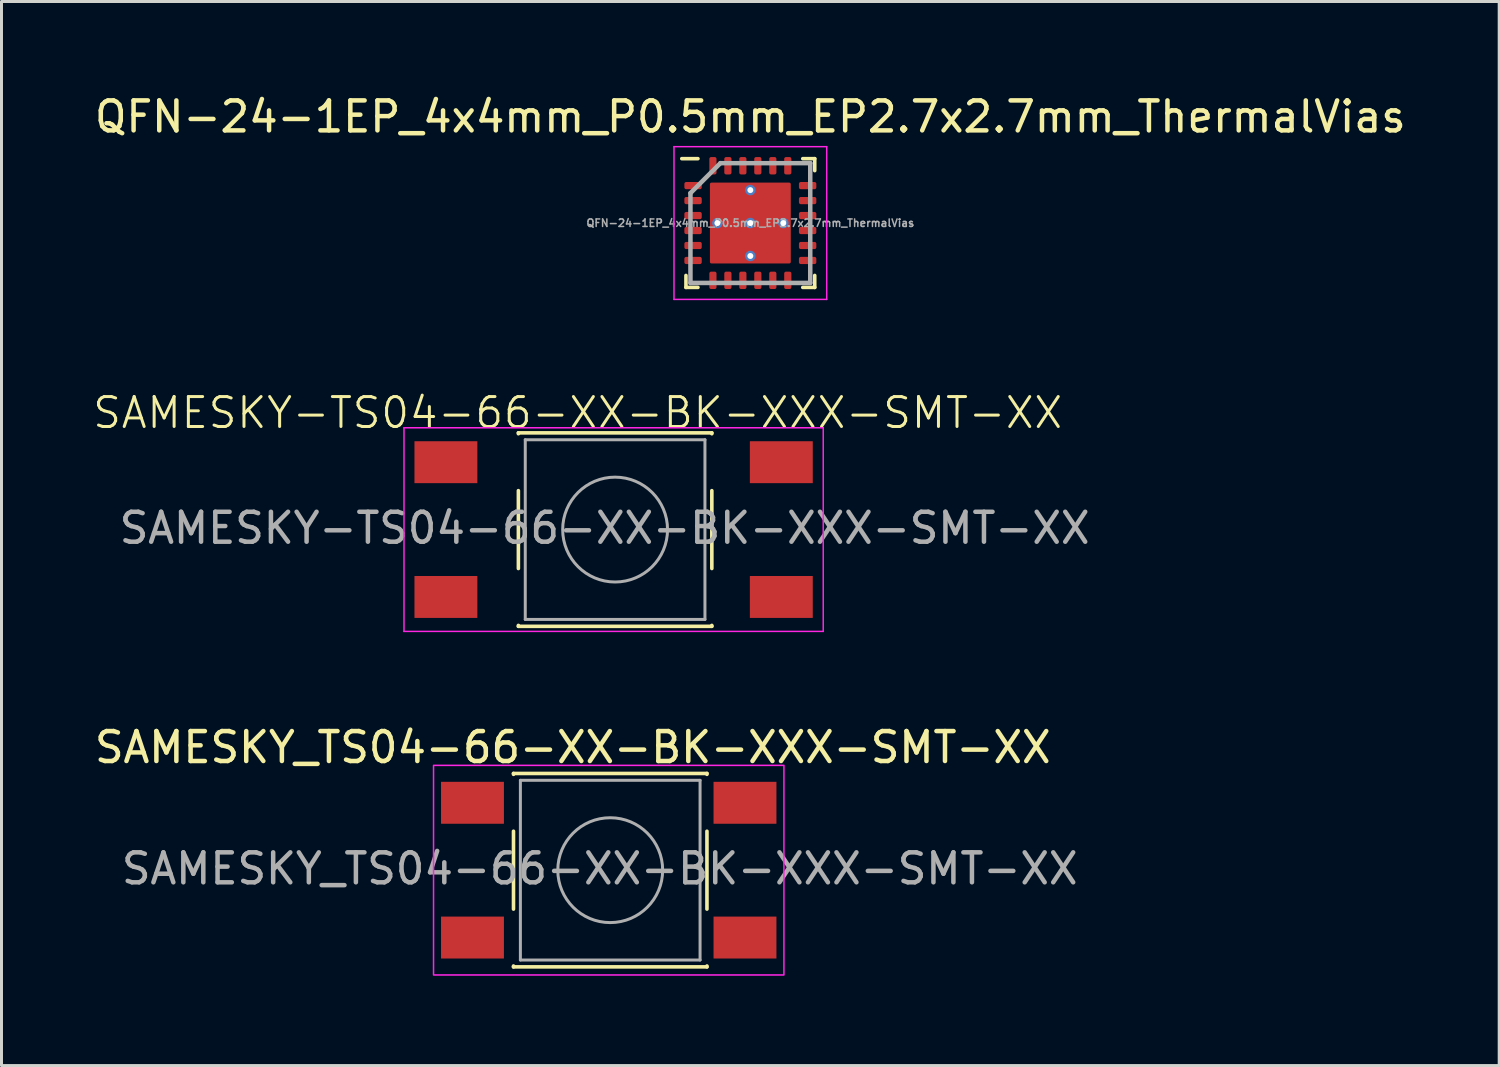
<source format=kicad_pcb>
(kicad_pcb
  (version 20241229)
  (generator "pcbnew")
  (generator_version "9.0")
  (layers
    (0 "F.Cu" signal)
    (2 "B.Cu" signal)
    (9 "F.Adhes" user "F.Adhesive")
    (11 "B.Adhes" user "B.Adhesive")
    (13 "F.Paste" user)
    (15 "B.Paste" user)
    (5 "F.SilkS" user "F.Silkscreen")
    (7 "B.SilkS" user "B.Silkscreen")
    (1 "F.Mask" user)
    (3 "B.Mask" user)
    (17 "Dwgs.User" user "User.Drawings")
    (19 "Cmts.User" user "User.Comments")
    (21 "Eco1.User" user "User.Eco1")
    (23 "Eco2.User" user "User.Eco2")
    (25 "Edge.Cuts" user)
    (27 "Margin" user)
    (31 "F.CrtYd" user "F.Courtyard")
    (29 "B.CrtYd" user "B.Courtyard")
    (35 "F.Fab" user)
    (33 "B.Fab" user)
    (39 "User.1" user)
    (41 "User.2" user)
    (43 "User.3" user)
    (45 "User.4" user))
  (footprint "SAMESKY-TS04-66-XX-BK-XXX-SMT-XX"
    (layer "F.Cu")
    (at 17.44 14.634)
    (property "Reference" "SAMESKY-TS04-66-XX-BK-XXX-SMT-XX" (at -1.2 -3.9 0) (unlocked yes) (layer "F.SilkS") (effects (font (size 1 1) (thickness 0.1))))
    (attr smd)
    (fp_line (start -3.18 -3.23) (end 3.28 -3.23) (stroke (width 0.12) (type solid)) (layer "F.SilkS"))
    (fp_line (start -3.18 -3.2) (end -3.18 -3.23) (stroke (width 0.12) (type solid)) (layer "F.SilkS"))
    (fp_line (start -3.18 -1.3) (end -3.18 1.3) (stroke (width 0.12) (type solid)) (layer "F.SilkS"))
    (fp_line (start -3.18 3.23) (end -3.18 3.2) (stroke (width 0.12) (type solid)) (layer "F.SilkS"))
    (fp_line (start -3.18 3.23) (end 3.28 3.23) (stroke (width 0.12) (type solid)) (layer "F.SilkS"))
    (fp_line (start 3.28 -3.23) (end 3.28 -3.2) (stroke (width 0.12) (type solid)) (layer "F.SilkS"))
    (fp_line (start 3.28 -1.3) (end 3.28 1.3) (stroke (width 0.12) (type solid)) (layer "F.SilkS"))
    (fp_line (start 3.28 3.23) (end 3.28 3.2) (stroke (width 0.12) (type solid)) (layer "F.SilkS"))
    (fp_line (start -7 -3.4) (end -7 3.4) (stroke (width 0.05) (type solid)) (layer "F.CrtYd"))
    (fp_line (start -7 -3.4) (end 7 -3.4) (stroke (width 0.05) (type solid)) (layer "F.CrtYd"))
    (fp_line (start -7 3.4) (end 7 3.4) (stroke (width 0.05) (type solid)) (layer "F.CrtYd"))
    (fp_line (start 7 3.4) (end 7 -3.4) (stroke (width 0.05) (type solid)) (layer "F.CrtYd"))
    (fp_line (start -2.95 -3) (end -2.95 3) (stroke (width 0.1) (type solid)) (layer "F.Fab"))
    (fp_line (start -2.95 3) (end 3.05 3) (stroke (width 0.1) (type solid)) (layer "F.Fab"))
    (fp_line (start 3.05 -3) (end -2.95 -3) (stroke (width 0.1) (type solid)) (layer "F.Fab"))
    (fp_line (start 3.05 3) (end 3.05 -3) (stroke (width 0.1) (type solid)) (layer "F.Fab"))
    (fp_circle (center 0.05 0) (end 1.8 -0.05) (stroke (width 0.1) (type solid)) (fill no) (layer "F.Fab"))
    (fp_text user "${REFERENCE}" (at -0.3 -0.05 0) (layer "F.Fab") (effects (font (size 1 1) (thickness 0.15))))
    (pad "1" smd rect (at -5.6 -2.25) (size 2.1 1.4) (layers "F.Cu" "F.Mask" "F.Paste"))
    (pad "1" smd rect (at 5.6 -2.25) (size 2.1 1.4) (layers "F.Cu" "F.Mask" "F.Paste"))
    (pad "2" smd rect (at -5.6 2.25) (size 2.1 1.4) (layers "F.Cu" "F.Mask" "F.Paste"))
    (pad "2" smd rect (at 5.6 2.25) (size 2.1 1.4) (layers "F.Cu" "F.Mask" "F.Paste")))
  (footprint "SAMESKY_TS04-66-XX-BK-XXX-SMT-XX"
    (layer "F.Cu")
    (at 17.277 26.007)
    (property "Reference" "SAMESKY_TS04-66-XX-BK-XXX-SMT-XX" (at -1.2 -4.1 0) (unlocked yes) (layer "F.SilkS") (effects (font (size 1 1) (thickness 0.15))))
    (attr smd)
    (fp_line (start -3.18 -3.23) (end 3.28 -3.23) (stroke (width 0.12) (type solid)) (layer "F.SilkS"))
    (fp_line (start -3.18 -3.2) (end -3.18 -3.23) (stroke (width 0.12) (type solid)) (layer "F.SilkS"))
    (fp_line (start -3.18 -1.3) (end -3.18 1.3) (stroke (width 0.12) (type solid)) (layer "F.SilkS"))
    (fp_line (start -3.18 3.23) (end -3.18 3.2) (stroke (width 0.12) (type solid)) (layer "F.SilkS"))
    (fp_line (start -3.18 3.23) (end 3.28 3.23) (stroke (width 0.12) (type solid)) (layer "F.SilkS"))
    (fp_line (start 3.28 -3.23) (end 3.28 -3.2) (stroke (width 0.12) (type solid)) (layer "F.SilkS"))
    (fp_line (start 3.28 -1.3) (end 3.28 1.3) (stroke (width 0.12) (type solid)) (layer "F.SilkS"))
    (fp_line (start 3.28 3.23) (end 3.28 3.2) (stroke (width 0.12) (type solid)) (layer "F.SilkS"))
    (fp_rect (start -5.85 -3.5) (end 5.85 3.5) (stroke (width 0.05) (type default)) (fill no) (layer "F.CrtYd"))
    (fp_line (start -2.95 -3) (end -2.95 3) (stroke (width 0.1) (type solid)) (layer "F.Fab"))
    (fp_line (start -2.95 3) (end 3.05 3) (stroke (width 0.1) (type solid)) (layer "F.Fab"))
    (fp_line (start 3.05 -3) (end -2.95 -3) (stroke (width 0.1) (type solid)) (layer "F.Fab"))
    (fp_line (start 3.05 3) (end 3.05 -3) (stroke (width 0.1) (type solid)) (layer "F.Fab"))
    (fp_circle (center 0.05 0) (end 1.8 -0.05) (stroke (width 0.1) (type solid)) (fill no) (layer "F.Fab"))
    (fp_text user "${REFERENCE}" (at -0.3 -0.05 0) (layer "F.Fab") (effects (font (size 1 1) (thickness 0.15))))
    (pad "1" smd rect (at -4.55 -2.25) (size 2.1 1.4) (layers "F.Cu" "F.Mask" "F.Paste"))
    (pad "1" smd rect (at 4.55 -2.25) (size 2.1 1.4) (layers "F.Cu" "F.Mask" "F.Paste"))
    (pad "2" smd rect (at -4.55 2.25) (size 2.1 1.4) (layers "F.Cu" "F.Mask" "F.Paste"))
    (pad "2" smd rect (at 4.55 2.25) (size 2.1 1.4) (layers "F.Cu" "F.Mask" "F.Paste")))
  (footprint "QFN-24-1EP_4x4mm_P0.5mm_EP2.7x2.7mm_ThermalVias"
    (layer "F.Cu")
    (at 22.006 4.398)
    (property "Reference" "QFN-24-1EP_4x4mm_P0.5mm_EP2.7x2.7mm_ThermalVias" (at 0 -3.55 0) (unlocked yes) (layer "F.SilkS") (effects (font (size 1 1) (thickness 0.15))))
    (attr smd)
    (fp_line (start -2.15 2.15) (end -2.15 1.75) (stroke (width 0.12) (type default)) (layer "F.SilkS"))
    (fp_line (start -1.75 -2.15) (end -2.29 -2.15) (stroke (width 0.12) (type default)) (layer "F.SilkS"))
    (fp_line (start -1.75 2.15) (end -2.15 2.15) (stroke (width 0.12) (type default)) (layer "F.SilkS"))
    (fp_line (start 1.75 -2.15) (end 2.15 -2.15) (stroke (width 0.12) (type default)) (layer "F.SilkS"))
    (fp_line (start 1.75 2.15) (end 2.15 2.15) (stroke (width 0.12) (type default)) (layer "F.SilkS"))
    (fp_line (start 2.15 -2.15) (end 2.15 -1.75) (stroke (width 0.12) (type default)) (layer "F.SilkS"))
    (fp_line (start 2.15 2.15) (end 2.15 1.75) (stroke (width 0.12) (type default)) (layer "F.SilkS"))
    (fp_line (start -2.55 -2.55) (end 2.55 -2.55) (stroke (width 0.05) (type default)) (layer "F.CrtYd"))
    (fp_line (start -2.55 2.55) (end -2.55 -2.55) (stroke (width 0.05) (type default)) (layer "F.CrtYd"))
    (fp_line (start 2.55 -2.55) (end 2.55 2.55) (stroke (width 0.05) (type default)) (layer "F.CrtYd"))
    (fp_line (start 2.55 2.55) (end -2.55 2.55) (stroke (width 0.05) (type default)) (layer "F.CrtYd"))
    (fp_line (start -2 -1) (end -2 2) (stroke (width 0.15) (type default)) (layer "F.Fab"))
    (fp_line (start -2 2) (end 2 2) (stroke (width 0.15) (type default)) (layer "F.Fab"))
    (fp_line (start -1 -2) (end -2 -1) (stroke (width 0.15) (type default)) (layer "F.Fab"))
    (fp_line (start 2 -2) (end -1 -2) (stroke (width 0.15) (type default)) (layer "F.Fab"))
    (fp_line (start 2 2) (end 2 -2) (stroke (width 0.15) (type default)) (layer "F.Fab"))
    (fp_text user "${REFERENCE}" (at 0 0 0) (layer "F.Fab") (effects (font (size 0.25 0.25) (thickness 0.05) (bold yes))))
    (pad "" smd rect (at -0.675 -0.675) (size 1.15 1.15) (layers "F.Paste"))
    (pad "" smd rect (at -0.675 0.675) (size 1.15 1.15) (layers "F.Paste"))
    (pad "" smd rect (at 0.675 -0.675) (size 1.15 1.15) (layers "F.Paste"))
    (pad "" smd rect (at 0.675 0.675) (size 1.15 1.15) (layers "F.Paste"))
    (pad "1" smd roundrect (at -1.913 -1.25 90) (size 0.24 0.58) (layers "F.Cu" "F.Mask" "F.Paste") (roundrect_rratio 0.25))
    (pad "2" smd roundrect (at -1.913 -0.75 90) (size 0.24 0.58) (layers "F.Cu" "F.Mask" "F.Paste") (roundrect_rratio 0.25))
    (pad "3" smd roundrect (at -1.913 -0.25 90) (size 0.24 0.58) (layers "F.Cu" "F.Mask" "F.Paste") (roundrect_rratio 0.25))
    (pad "4" smd roundrect (at -1.913 0.25 90) (size 0.24 0.58) (layers "F.Cu" "F.Mask" "F.Paste") (roundrect_rratio 0.25))
    (pad "5" smd roundrect (at -1.913 0.75 90) (size 0.24 0.58) (layers "F.Cu" "F.Mask" "F.Paste") (roundrect_rratio 0.25))
    (pad "6" smd roundrect (at -1.913 1.25 90) (size 0.24 0.58) (layers "F.Cu" "F.Mask" "F.Paste") (roundrect_rratio 0.25))
    (pad "7" smd roundrect (at -1.25 1.913) (size 0.24 0.58) (layers "F.Cu" "F.Mask" "F.Paste") (roundrect_rratio 0.25))
    (pad "8" smd roundrect (at -0.75 1.913) (size 0.24 0.58) (layers "F.Cu" "F.Mask" "F.Paste") (roundrect_rratio 0.25))
    (pad "9" smd roundrect (at -0.25 1.913) (size 0.24 0.58) (layers "F.Cu" "F.Mask" "F.Paste") (roundrect_rratio 0.25))
    (pad "10" smd roundrect (at 0.25 1.913) (size 0.24 0.58) (layers "F.Cu" "F.Mask" "F.Paste") (roundrect_rratio 0.25))
    (pad "11" smd roundrect (at 0.75 1.913) (size 0.24 0.58) (layers "F.Cu" "F.Mask" "F.Paste") (roundrect_rratio 0.25))
    (pad "12" smd roundrect (at 1.25 1.913) (size 0.24 0.58) (layers "F.Cu" "F.Mask" "F.Paste") (roundrect_rratio 0.25))
    (pad "13" smd roundrect (at 1.913 1.25 90) (size 0.24 0.58) (layers "F.Cu" "F.Mask" "F.Paste") (roundrect_rratio 0.25))
    (pad "14" smd roundrect (at 1.913 0.75 90) (size 0.24 0.58) (layers "F.Cu" "F.Mask" "F.Paste") (roundrect_rratio 0.25))
    (pad "15" smd roundrect (at 1.913 0.25 90) (size 0.24 0.58) (layers "F.Cu" "F.Mask" "F.Paste") (roundrect_rratio 0.25))
    (pad "16" smd roundrect (at 1.913 -0.25 90) (size 0.24 0.58) (layers "F.Cu" "F.Mask" "F.Paste") (roundrect_rratio 0.25))
    (pad "17" smd roundrect (at 1.913 -0.75 90) (size 0.24 0.58) (layers "F.Cu" "F.Mask" "F.Paste") (roundrect_rratio 0.25))
    (pad "18" smd roundrect (at 1.913 -1.25 90) (size 0.24 0.58) (layers "F.Cu" "F.Mask" "F.Paste") (roundrect_rratio 0.25))
    (pad "19" smd roundrect (at 1.25 -1.913) (size 0.24 0.58) (layers "F.Cu" "F.Mask" "F.Paste") (roundrect_rratio 0.25))
    (pad "20" smd roundrect (at 0.75 -1.913) (size 0.24 0.58) (layers "F.Cu" "F.Mask" "F.Paste") (roundrect_rratio 0.25))
    (pad "21" smd roundrect (at 0.25 -1.913) (size 0.24 0.58) (layers "F.Cu" "F.Mask" "F.Paste") (roundrect_rratio 0.25))
    (pad "22" smd roundrect (at -0.25 -1.913) (size 0.24 0.58) (layers "F.Cu" "F.Mask" "F.Paste") (roundrect_rratio 0.25))
    (pad "23" smd roundrect (at -0.75 -1.913) (size 0.24 0.58) (layers "F.Cu" "F.Mask" "F.Paste") (roundrect_rratio 0.25))
    (pad "24" smd roundrect (at -1.25 -1.913) (size 0.24 0.58) (layers "F.Cu" "F.Mask" "F.Paste") (roundrect_rratio 0.25))
    (pad "25" thru_hole circle (at -1.1 0) (size 0.35 0.35) (drill 0.2) (layers "*.Cu" "*.Mask"))
    (pad "25" thru_hole circle (at 0 -1.1) (size 0.35 0.35) (drill 0.2) (layers "*.Cu" "*.Mask"))
    (pad "25" thru_hole circle (at 0 0) (size 0.35 0.35) (drill 0.2) (layers "*.Cu" "*.Mask"))
    (pad "25" smd roundrect (at 0 0) (size 2.7 2.7) (layers "F.Cu" "F.Mask") (roundrect_rratio 0.019))
    (pad "25" thru_hole circle (at 0 1.1) (size 0.35 0.35) (drill 0.2) (layers "*.Cu" "*.Mask"))
    (pad "25" thru_hole circle (at 1.1 0) (size 0.35 0.35) (drill 0.2) (layers "*.Cu" "*.Mask")))
  (gr_rect
    (start -3 -3)
    (end 47.012 32.532)
    (stroke (width 0.1) (type default))
    (fill no)
    (layer "Edge.Cuts")))
</source>
